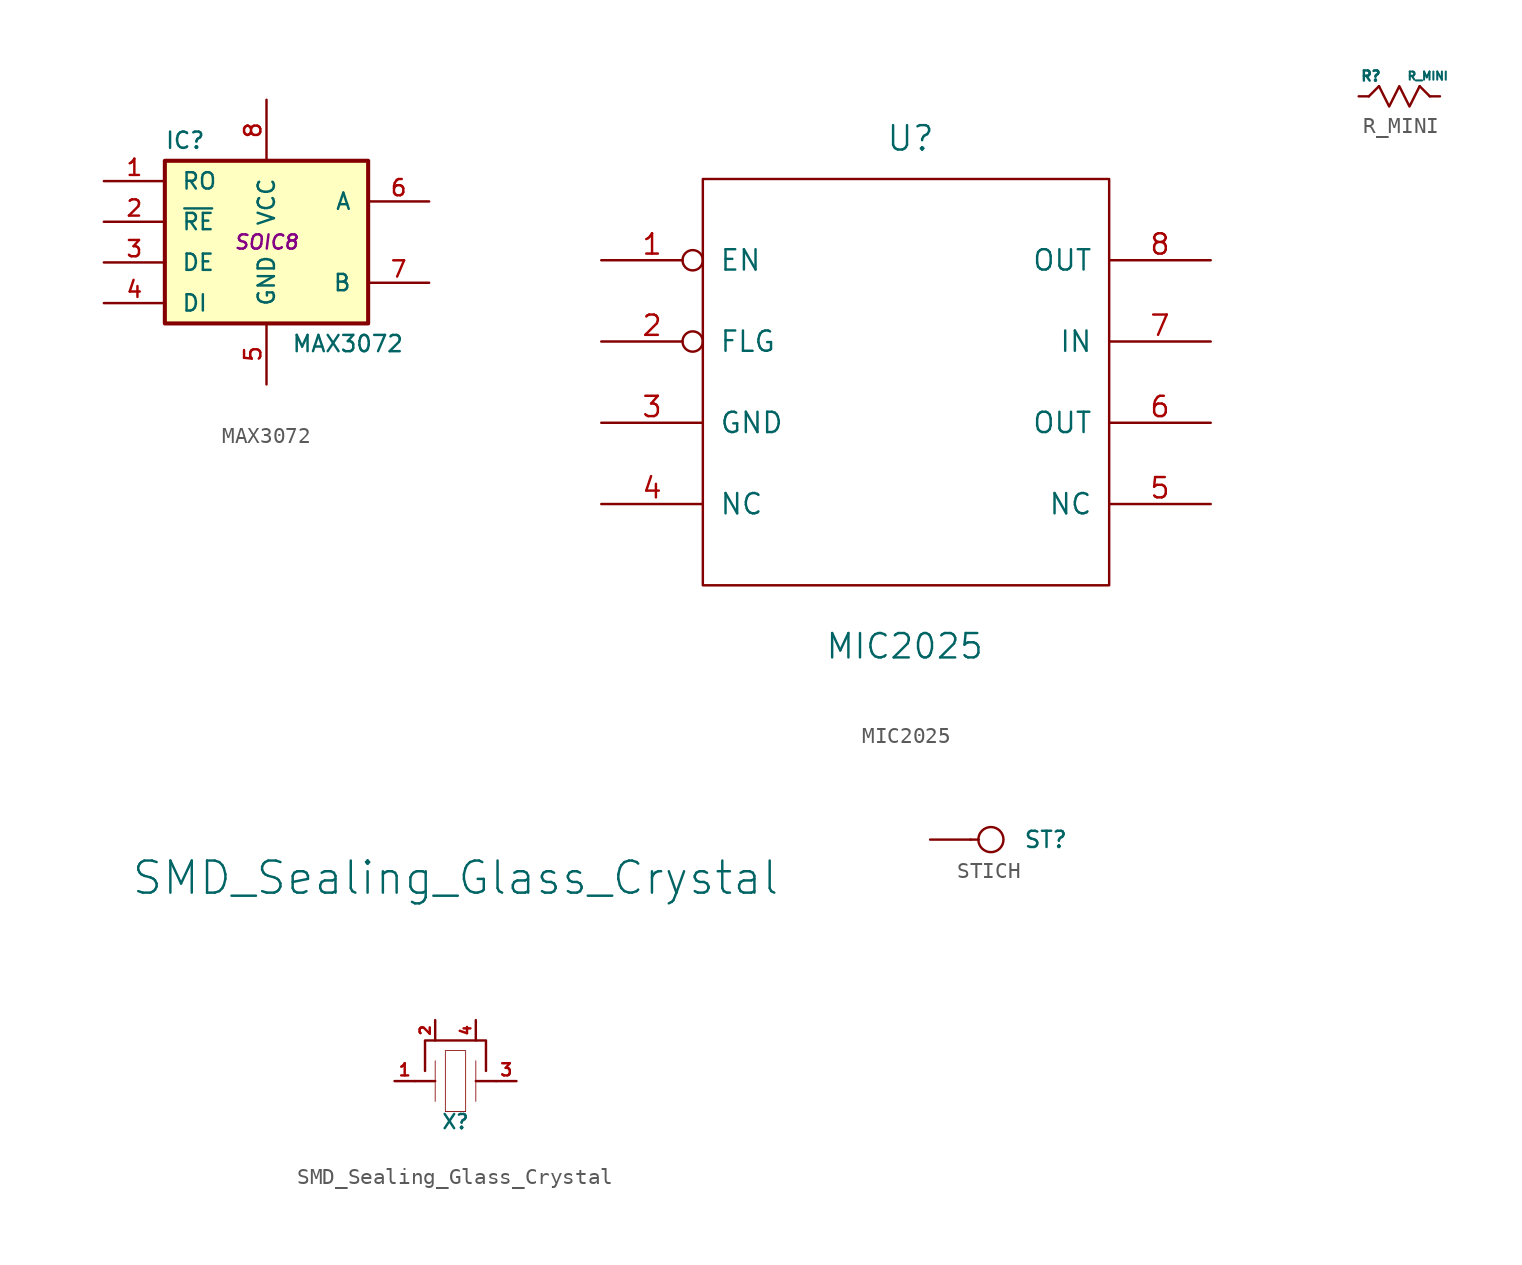
<source format=kicad_sym>
(kicad_symbol_lib
  (version 20231120)
  (generator "kicad_symbol_editor")
  (generator_version "8.0")
  (symbol "MAX3072"
    (pin_names
      (offset 1.016))
    (property "Reference" "IC"
      (at -5.08 6.35 0)
      (effects (font (size 1.016 1.016))))
    (property "Value" "MAX3072"
      (at 5.08 -6.35 0)
      (effects (font (size 1.016 1.016))))
    (property "Footprint" "SOIC8"
      (at 0 0 0)
      (effects (font (size 0.889 0.889) (italic yes))))
    (property "Datasheet" ""
      (at 0 0 0)
      (effects (font (size 1.524 1.524))))
    (symbol "MAX3072_0_1"
      (rectangle (start -6.35 5.08) (end 6.35 -5.08) (stroke (width 0.254) (type solid)) (fill (type background))))
    (symbol "MAX3072_1_1"
      (pin output line (at -10.16 3.81 0) (length 3.81) (name "RO" (effects (font (size 1.016 1.016)))) (number "1" (effects (font (size 1.016 1.016)))))
      (pin input line (at -10.16 1.27 0) (length 3.81) (name "~{RE}" (effects (font (size 1.016 1.016)))) (number "2" (effects (font (size 1.016 1.016)))))
      (pin input line (at -10.16 -1.27 0) (length 3.81) (name "DE" (effects (font (size 1.016 1.016)))) (number "3" (effects (font (size 1.016 1.016)))))
      (pin input line (at -10.16 -3.81 0) (length 3.81) (name "DI" (effects (font (size 1.016 1.016)))) (number "4" (effects (font (size 1.016 1.016)))))
      (pin power_in line (at 0 -8.89 90) (length 3.81) (name "GND" (effects (font (size 1.016 1.016)))) (number "5" (effects (font (size 1.016 1.016)))))
      (pin bidirectional line (at 10.16 2.54 180) (length 3.81) (name "A" (effects (font (size 1.016 1.016)))) (number "6" (effects (font (size 1.016 1.016)))))
      (pin bidirectional line (at 10.16 -2.54 180) (length 3.81) (name "B" (effects (font (size 1.016 1.016)))) (number "7" (effects (font (size 1.016 1.016)))))
      (pin power_in line (at 0 8.89 270) (length 3.81) (name "VCC" (effects (font (size 1.016 1.016)))) (number "8" (effects (font (size 1.016 1.016)))))))
  (symbol "MIC2025"
    (pin_names
      (offset 1.016))
    (property "Reference" "U"
      (at -1.27 15.24 0)
      (effects (font (size 1.524 1.524)) (justify left)))
    (property "Value" "MIC2025"
      (at -5.08 -16.51 0)
      (effects (font (size 1.524 1.524)) (justify left)))
    (property "Footprint" ""
      (at 0 0 0)
      (effects (font (size 1.524 1.524))))
    (property "Datasheet" ""
      (at 0 0 0)
      (effects (font (size 1.524 1.524))))
    (symbol "MIC2025_0_1"
      (rectangle (start -12.7 12.7) (end 12.7 -12.7) (stroke (width 0) (type solid)) (fill (type none))))
    (symbol "MIC2025_1_1"
      (pin input inverted (at -19.05 7.62 0) (length 6.35) (name "EN" (effects (font (size 1.27 1.27)))) (number "1" (effects (font (size 1.27 1.27)))))
      (pin input inverted (at -19.05 2.54 0) (length 6.35) (name "FLG" (effects (font (size 1.27 1.27)))) (number "2" (effects (font (size 1.27 1.27)))))
      (pin power_in line (at -19.05 -2.54 0) (length 6.35) (name "GND" (effects (font (size 1.27 1.27)))) (number "3" (effects (font (size 1.27 1.27)))))
      (pin power_in line (at -19.05 -7.62 0) (length 6.35) (name "NC" (effects (font (size 1.27 1.27)))) (number "4" (effects (font (size 1.27 1.27)))))
      (pin input line (at 19.05 -7.62 180) (length 6.35) (name "NC" (effects (font (size 1.27 1.27)))) (number "5" (effects (font (size 1.27 1.27)))))
      (pin input line (at 19.05 -2.54 180) (length 6.35) (name "OUT" (effects (font (size 1.27 1.27)))) (number "6" (effects (font (size 1.27 1.27)))))
      (pin power_in line (at 19.05 2.54 180) (length 6.35) (name "IN" (effects (font (size 1.27 1.27)))) (number "7" (effects (font (size 1.27 1.27)))))
      (pin power_in line (at 19.05 7.62 180) (length 6.35) (name "OUT" (effects (font (size 1.27 1.27)))) (number "8" (effects (font (size 1.27 1.27)))))))
  (symbol "R_MINI"
    (pin_numbers hide)
    (pin_names
      (offset 0) hide)
    (property "Reference" "R"
      (at -1.778 1.27 0)
      (effects (font (size 0.635 0.635))))
    (property "Value" "R_MINI"
      (at 1.778 1.27 0)
      (effects (font (size 0.508 0.508))))
    (property "Footprint" ""
      (at 0 0 0)
      (effects (font (size 1.524 1.524))))
    (property "Datasheet" ""
      (at 0 0 0)
      (effects (font (size 1.524 1.524))))
    (symbol "R_MINI_0_1"
      (polyline (pts (xy -1.27 0.635) (xy -1.905 0) (xy -1.905 0)) (stroke (width 0) (type solid)) (fill (type none)))
      (polyline (pts (xy 1.27 0.635) (xy 1.905 0) (xy 1.905 0)) (stroke (width 0) (type solid)) (fill (type none)))
      (polyline (pts (xy -1.27 0.635) (xy -0.635 -0.635) (xy 0 0.635) (xy 0.635 -0.635) (xy 1.27 0.635) (xy 1.27 0.635)) (stroke (width 0) (type solid)) (fill (type none))))
    (symbol "R_MINI_1_1"
      (pin passive line (at 2.54 0 180) (length 0.635) (name "A" (effects (font (size 0.635 0.635)))) (number "1" (effects (font (size 0.635 0.635)))))
      (pin passive line (at -2.54 0 0) (length 0.635) (name "B" (effects (font (size 0.635 0.635)))) (number "2" (effects (font (size 0.635 0.635)))))))
  (symbol "SMD_Sealing_Glass_Crystal"
    (pin_names
      (offset 1.016) hide)
    (property "Reference" "X"
      (at 0 -2.54 0)
      (effects (font (size 0.889 0.889))))
    (property "Value" "SMD_Sealing_Glass_Crystal"
      (at 0 12.7 0)
      (effects (font (size 2.007 2.007))))
    (property "Datasheet" ""
      (at 0 0 0)
      (effects (font (size 1.524 1.524))))
    (symbol "SMD_Sealing_Glass_Crystal_0_1"
      (rectangle (start -1.27 1.27) (end -1.27 -1.27) (stroke (width 0.051) (type solid)) (fill (type none)))
      (rectangle (start -0.635 1.905) (end 0.635 -1.905) (stroke (width 0.051) (type solid)) (fill (type none)))
      (polyline (pts (xy -1.27 0) (xy -2.54 0) (xy -2.54 0)) (stroke (width 0) (type solid)) (fill (type none)))
      (polyline (pts (xy 1.27 0) (xy 2.54 0) (xy 2.54 0)) (stroke (width 0) (type solid)) (fill (type none)))
      (polyline (pts (xy -1.905 0.635) (xy -1.905 2.54) (xy 1.905 2.54) (xy 1.905 0.635) (xy 1.905 0.635)) (stroke (width 0) (type solid)) (fill (type none)))
      (rectangle (start 1.27 1.27) (end 1.27 -1.27) (stroke (width 0.051) (type solid)) (fill (type none))))
    (symbol "SMD_Sealing_Glass_Crystal_1_1"
      (pin passive line (at -3.81 0 0) (length 1.27) (name "A" (effects (font (size 0.762 0.762)))) (number "1" (effects (font (size 0.762 0.762)))))
      (pin passive line (at -1.27 3.81 270) (length 1.27) (name "GND" (effects (font (size 0.762 0.762)))) (number "2" (effects (font (size 0.635 0.635)))))
      (pin passive line (at 3.81 0 180) (length 1.27) (name "B" (effects (font (size 0.762 0.762)))) (number "3" (effects (font (size 0.762 0.762)))))
      (pin passive line (at 1.27 3.81 270) (length 1.27) (name "GND" (effects (font (size 0.762 0.762)))) (number "4" (effects (font (size 0.635 0.635)))))))
  (symbol "STICH"
    (pin_numbers hide)
    (pin_names
      (offset 0.762) hide)
    (property "Reference" "ST"
      (at 2.032 0 0)
      (effects (font (size 1.016 1.016)) (justify left)))
    (property "Footprint" ""
      (at 0 0 0)
      (effects (font (size 1.524 1.524))))
    (property "Datasheet" ""
      (at 0 0 0)
      (effects (font (size 1.524 1.524))))
    (symbol "STICH_0_1"
      (polyline (pts (xy -0.762 0) (xy -1.27 0)) (stroke (width 0) (type solid)) (fill (type none)))
      (circle (center 0 0) (radius 0.787) (stroke (width 0) (type solid)) (fill (type none))))
    (symbol "STICH_1_1"
      (pin passive line (at -3.81 0 0) (length 2.54) (name "1" (effects (font (size 1.524 1.524)))) (number "1" (effects (font (size 1.524 1.524))))))))
</source>
